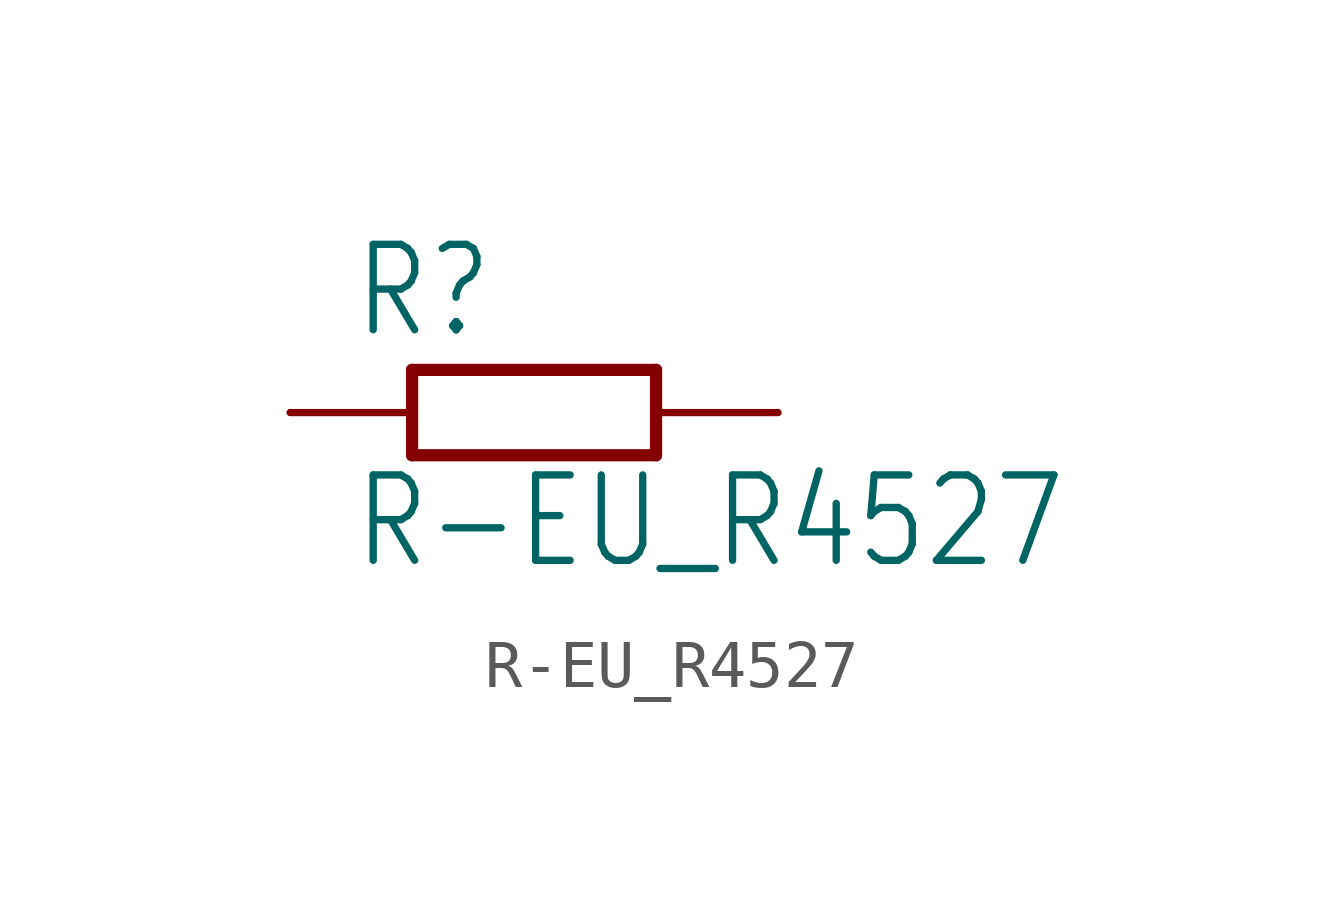
<source format=kicad_sym>
(kicad_symbol_lib
  (version 20210619)
  (generator kicad_symbol_editor)
  (symbol "R-EU_R4527"
    (property "Reference" "R"
      (at -3.81 1.499 0)
      (effects (font (size 1.778 1.511)) (justify left bottom)))
    (property "Value" "R-EU_R4527"
      (at -3.81 -3.302 0)
      (effects (font (size 1.778 1.511)) (justify left bottom)))
    (property "ki_locked" ""
      (at 0 0 0)
      (effects (font (size 1.27 1.27))))
    (symbol "R-EU_R4527_1_0"
      (polyline (pts (xy -2.54 -0.889) (xy -2.54 0.889)) (stroke (width 0.254)) (fill (type none)))
      (polyline (pts (xy -2.54 -0.889) (xy 2.54 -0.889)) (stroke (width 0.254)) (fill (type none)))
      (polyline (pts (xy 2.54 -0.889) (xy 2.54 0.889)) (stroke (width 0.254)) (fill (type none)))
      (polyline (pts (xy 2.54 0.889) (xy -2.54 0.889)) (stroke (width 0.254)) (fill (type none)))
      (pin passive line (at -5.08 0 0) (length 2.54) (name "1" (effects (font (size 0 0)))) (number "1" (effects (font (size 0 0)))))
      (pin passive line (at 5.08 0 180) (length 2.54) (name "2" (effects (font (size 0 0)))) (number "2" (effects (font (size 0 0))))))))
</source>
